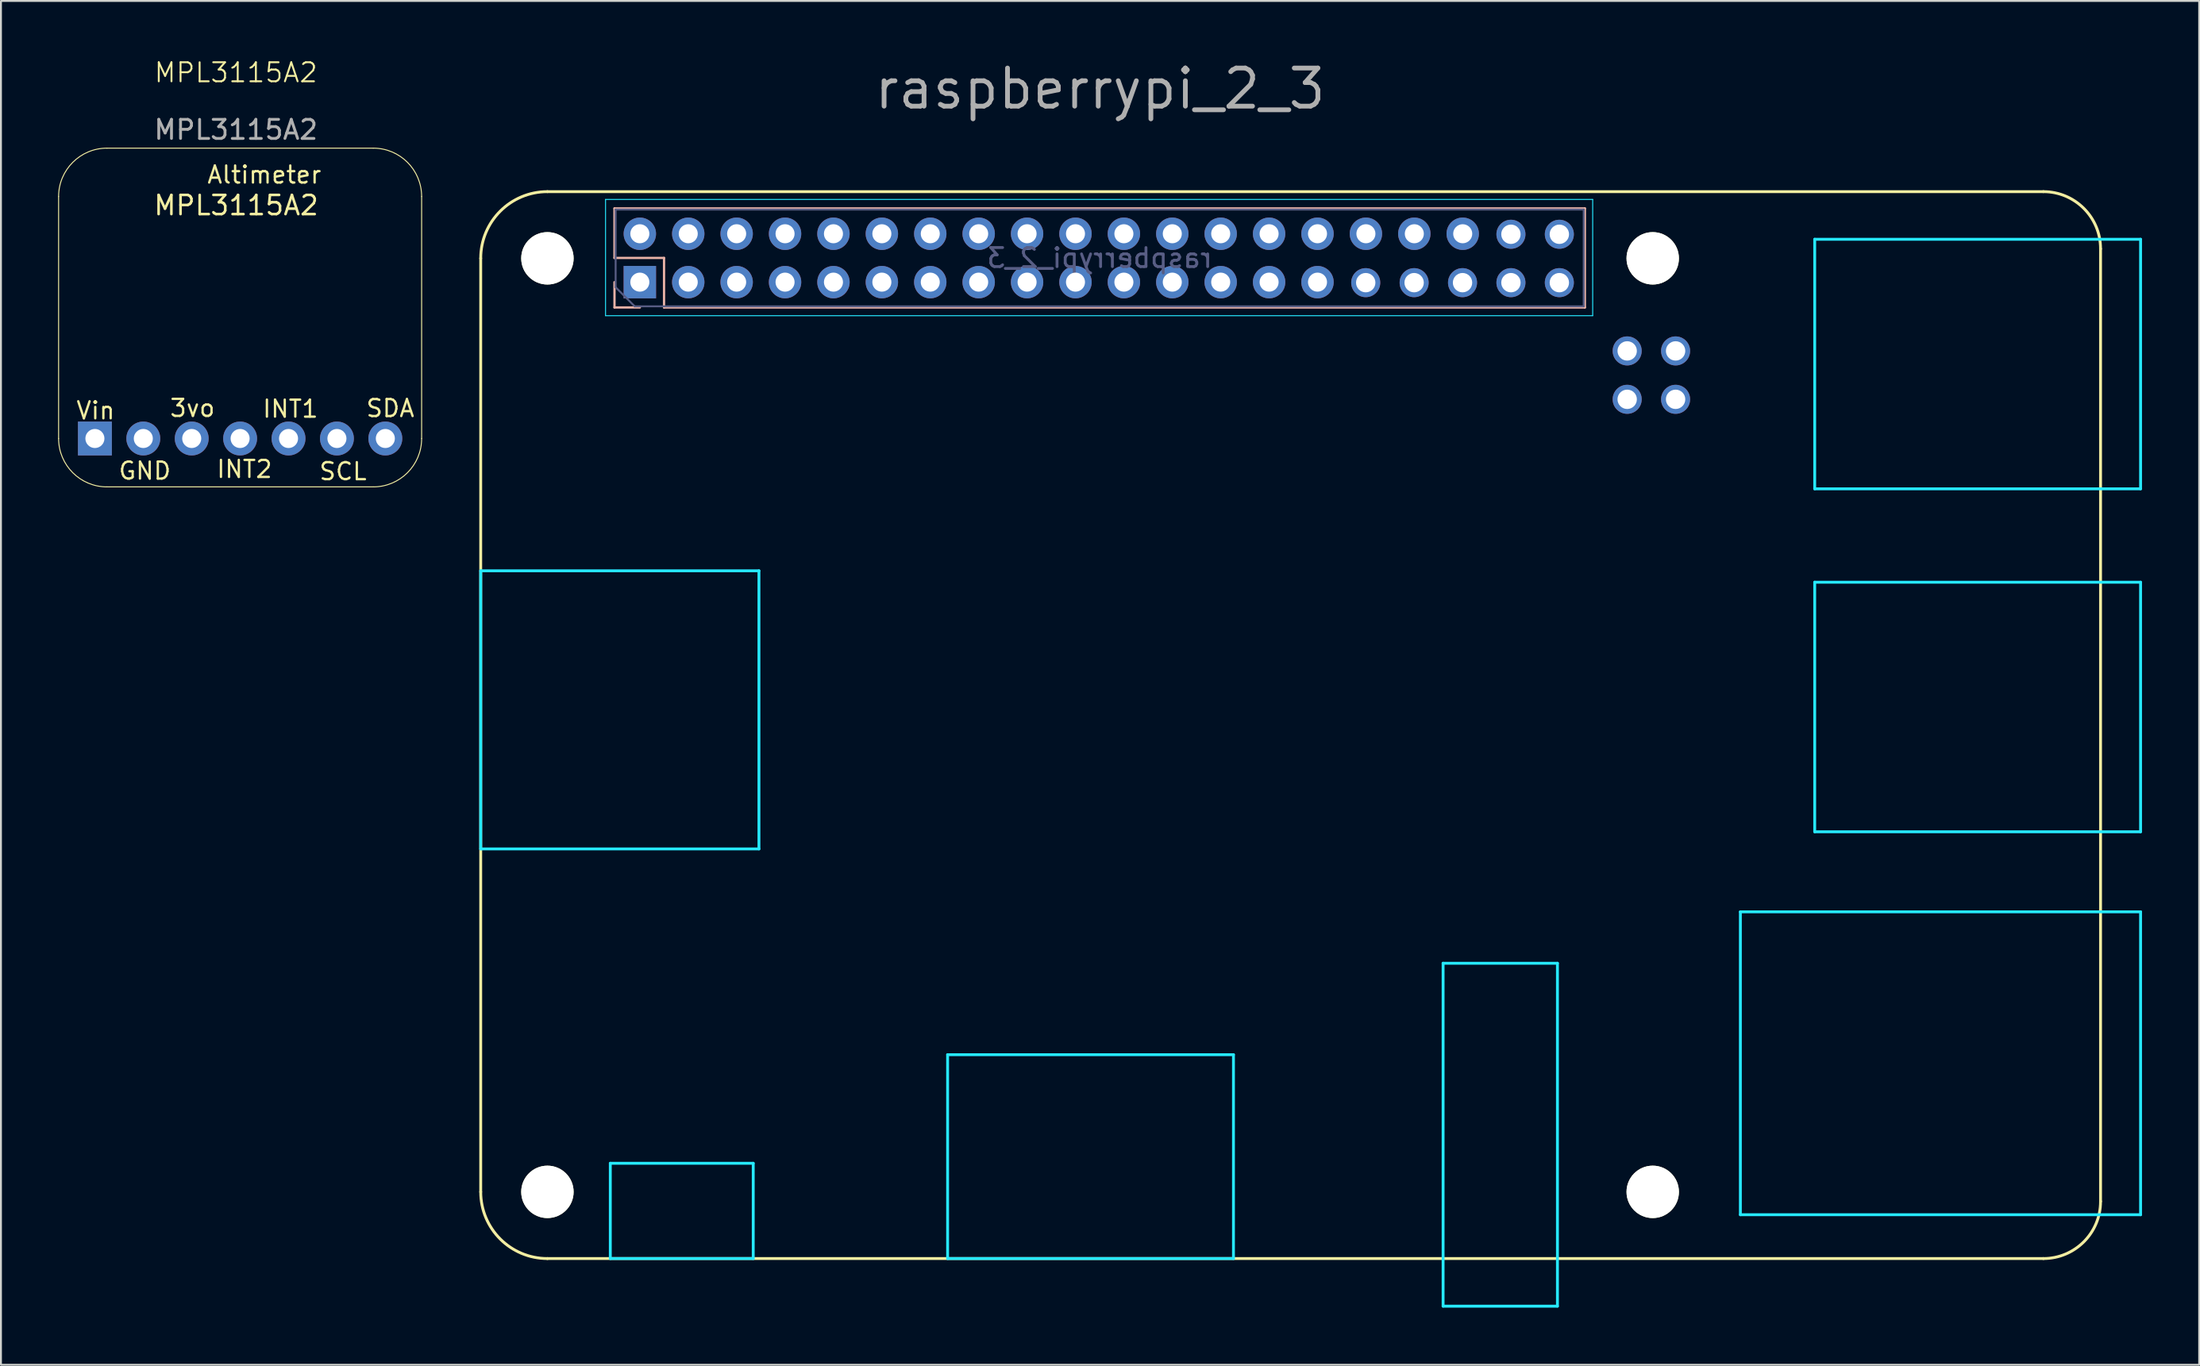
<source format=kicad_pcb>
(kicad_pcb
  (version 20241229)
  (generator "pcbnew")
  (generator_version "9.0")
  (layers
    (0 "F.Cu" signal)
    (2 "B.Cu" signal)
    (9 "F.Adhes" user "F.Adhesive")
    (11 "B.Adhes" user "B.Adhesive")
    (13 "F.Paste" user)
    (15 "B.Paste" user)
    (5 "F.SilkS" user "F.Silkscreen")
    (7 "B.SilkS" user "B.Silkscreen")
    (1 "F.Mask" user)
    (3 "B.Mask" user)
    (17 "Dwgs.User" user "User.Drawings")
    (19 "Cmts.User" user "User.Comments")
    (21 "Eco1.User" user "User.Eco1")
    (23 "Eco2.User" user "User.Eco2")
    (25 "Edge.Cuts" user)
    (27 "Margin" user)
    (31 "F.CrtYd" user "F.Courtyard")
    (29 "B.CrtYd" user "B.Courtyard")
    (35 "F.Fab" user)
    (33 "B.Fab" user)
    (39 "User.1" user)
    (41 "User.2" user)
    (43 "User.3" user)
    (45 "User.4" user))
  (footprint "raspberrypi_2_3"
    (layer "F.Cu")
    (at 54.675 10.509)
    (property "Reference" "raspberrypi_2_3" (at 0 -8.9 0) (layer "F.Fab") (effects (font (size 2 2) (thickness 0.25))))
    (attr through_hole)
    (fp_line (start -32.5 49) (end -32.5 0) (stroke (width 0.15) (type solid)) (layer "F.SilkS"))
    (fp_line (start -29 52.5) (end 49.5 52.5) (stroke (width 0.15) (type solid)) (layer "F.SilkS"))
    (fp_line (start 49.5 -3.5) (end -29 -3.5) (stroke (width 0.15) (type solid)) (layer "F.SilkS"))
    (fp_line (start 52.5 49.5) (end 52.5 -0.5) (stroke (width 0.15) (type solid)) (layer "F.SilkS"))
    (fp_arc (start -32.5 0) (mid -31.474874 -2.474874) (end -29 -3.5) (stroke (width 0.15) (type solid)) (layer "F.SilkS"))
    (fp_arc (start -29 52.5) (mid -31.474874 51.474874) (end -32.5 49) (stroke (width 0.15) (type solid)) (layer "F.SilkS"))
    (fp_arc (start 49.5 -3.5) (mid 51.62132 -2.62132) (end 52.5 -0.5) (stroke (width 0.15) (type solid)) (layer "F.SilkS"))
    (fp_arc (start 52.5 49.5) (mid 51.62132 51.62132) (end 49.5 52.5) (stroke (width 0.15) (type solid)) (layer "F.SilkS"))
    (fp_line (start -25.48 -2.62) (end -25.48 -0.02) (stroke (width 0.12) (type solid)) (layer "B.SilkS"))
    (fp_line (start -25.48 -2.62) (end 25.44 -2.62) (stroke (width 0.12) (type solid)) (layer "B.SilkS"))
    (fp_line (start -25.48 -0.02) (end -22.88 -0.02) (stroke (width 0.12) (type solid)) (layer "B.SilkS"))
    (fp_line (start -25.48 1.25) (end -25.48 2.58) (stroke (width 0.12) (type solid)) (layer "B.SilkS"))
    (fp_line (start -25.48 2.58) (end -24.15 2.58) (stroke (width 0.12) (type solid)) (layer "B.SilkS"))
    (fp_line (start -22.88 -0.02) (end -22.88 2.58) (stroke (width 0.12) (type solid)) (layer "B.SilkS"))
    (fp_line (start -22.88 2.58) (end 25.44 2.58) (stroke (width 0.12) (type solid)) (layer "B.SilkS"))
    (fp_line (start 25.44 -2.62) (end 25.44 2.58) (stroke (width 0.12) (type solid)) (layer "B.SilkS"))
    (fp_line (start -32.5 16.4) (end -32.5 31) (stroke (width 0.15) (type solid)) (layer "B.CrtYd"))
    (fp_line (start -25.95 -3.09) (end -25.95 3.01) (stroke (width 0.05) (type solid)) (layer "B.CrtYd"))
    (fp_line (start -25.95 3.01) (end 25.85 3.01) (stroke (width 0.05) (type solid)) (layer "B.CrtYd"))
    (fp_line (start -25.7 52.5) (end -25.7 47.5) (stroke (width 0.15) (type solid)) (layer "B.CrtYd"))
    (fp_line (start -18.2 47.5) (end -25.7 47.5) (stroke (width 0.15) (type solid)) (layer "B.CrtYd"))
    (fp_line (start -18.2 52.5) (end -25.7 52.5) (stroke (width 0.15) (type solid)) (layer "B.CrtYd"))
    (fp_line (start -18.2 52.5) (end -18.2 47.5) (stroke (width 0.15) (type solid)) (layer "B.CrtYd"))
    (fp_line (start -17.9 16.4) (end -32.5 16.4) (stroke (width 0.15) (type solid)) (layer "B.CrtYd"))
    (fp_line (start -17.9 16.4) (end -17.9 31) (stroke (width 0.15) (type solid)) (layer "B.CrtYd"))
    (fp_line (start -17.9 31) (end -32.5 31) (stroke (width 0.15) (type solid)) (layer "B.CrtYd"))
    (fp_line (start -8 41.8) (end -8 52.5) (stroke (width 0.15) (type solid)) (layer "B.CrtYd"))
    (fp_line (start -8 41.8) (end 7 41.8) (stroke (width 0.15) (type solid)) (layer "B.CrtYd"))
    (fp_line (start 7 52.5) (end -8 52.5) (stroke (width 0.15) (type solid)) (layer "B.CrtYd"))
    (fp_line (start 7 52.5) (end 7 41.8) (stroke (width 0.15) (type solid)) (layer "B.CrtYd"))
    (fp_line (start 18 37) (end 18 55) (stroke (width 0.15) (type solid)) (layer "B.CrtYd"))
    (fp_line (start 18 55) (end 24 55) (stroke (width 0.15) (type solid)) (layer "B.CrtYd"))
    (fp_line (start 24 37) (end 18 37) (stroke (width 0.15) (type solid)) (layer "B.CrtYd"))
    (fp_line (start 24 55) (end 24 37) (stroke (width 0.15) (type solid)) (layer "B.CrtYd"))
    (fp_line (start 25.85 -3.09) (end -25.95 -3.09) (stroke (width 0.05) (type solid)) (layer "B.CrtYd"))
    (fp_line (start 25.85 3.01) (end 25.85 -3.09) (stroke (width 0.05) (type solid)) (layer "B.CrtYd"))
    (fp_line (start 33.6 34.3) (end 54.6 34.3) (stroke (width 0.15) (type solid)) (layer "B.CrtYd"))
    (fp_line (start 33.6 50.2) (end 33.6 34.3) (stroke (width 0.15) (type solid)) (layer "B.CrtYd"))
    (fp_line (start 37.5 -1) (end 37.5 12.1) (stroke (width 0.15) (type solid)) (layer "B.CrtYd"))
    (fp_line (start 37.5 -1) (end 54.6 -1) (stroke (width 0.15) (type solid)) (layer "B.CrtYd"))
    (fp_line (start 37.5 17) (end 54.6 17) (stroke (width 0.15) (type solid)) (layer "B.CrtYd"))
    (fp_line (start 37.5 30.1) (end 37.5 17) (stroke (width 0.15) (type solid)) (layer "B.CrtYd"))
    (fp_line (start 54.6 12.1) (end 37.5 12.1) (stroke (width 0.15) (type solid)) (layer "B.CrtYd"))
    (fp_line (start 54.6 12.1) (end 54.6 -1) (stroke (width 0.15) (type solid)) (layer "B.CrtYd"))
    (fp_line (start 54.6 30.1) (end 37.5 30.1) (stroke (width 0.15) (type solid)) (layer "B.CrtYd"))
    (fp_line (start 54.6 30.1) (end 54.6 17) (stroke (width 0.15) (type solid)) (layer "B.CrtYd"))
    (fp_line (start 54.6 50.2) (end 33.6 50.2) (stroke (width 0.15) (type solid)) (layer "B.CrtYd"))
    (fp_line (start 54.6 50.2) (end 54.6 34.3) (stroke (width 0.15) (type solid)) (layer "B.CrtYd"))
    (fp_line (start -25.42 -2.56) (end -25.42 1.52) (stroke (width 0.1) (type solid)) (layer "B.Fab"))
    (fp_line (start -25.42 1.52) (end -24.42 2.52) (stroke (width 0.1) (type solid)) (layer "B.Fab"))
    (fp_line (start -24.42 2.52) (end 25.38 2.52) (stroke (width 0.1) (type solid)) (layer "B.Fab"))
    (fp_line (start 25.38 -2.56) (end -25.42 -2.56) (stroke (width 0.1) (type solid)) (layer "B.Fab"))
    (fp_line (start 25.38 2.52) (end 25.38 -2.56) (stroke (width 0.1) (type solid)) (layer "B.Fab"))
    (fp_text user "${REFERENCE}" (at -0.02 -0.02 0) (layer "B.Fab") (effects (font (size 1 1) (thickness 0.15)) (justify mirror)))
    (pad "" np_thru_hole circle (at -29 0) (size 2.75 2.75) (drill 2.75) (layers "*.Cu" "*.Mask" "F.SilkS"))
    (pad "" np_thru_hole circle (at -29 49) (size 2.75 2.75) (drill 2.75) (layers "*.Cu" "*.Mask" "F.SilkS"))
    (pad "" np_thru_hole circle (at 29 0) (size 2.75 2.75) (drill 2.75) (layers "*.Cu" "*.Mask" "F.SilkS"))
    (pad "" np_thru_hole circle (at 29 49) (size 2.75 2.75) (drill 2.75) (layers "*.Cu" "*.Mask" "F.SilkS"))
    (pad "1" thru_hole rect (at -24.15 1.25 90) (size 1.7 1.7) (drill 1) (layers "*.Cu" "*.Mask"))
    (pad "2" thru_hole oval (at -24.15 -1.29 90) (size 1.7 1.7) (drill 1) (layers "*.Cu" "*.Mask"))
    (pad "3" thru_hole oval (at -21.61 1.25 90) (size 1.7 1.7) (drill 1) (layers "*.Cu" "*.Mask"))
    (pad "4" thru_hole oval (at -21.61 -1.29 90) (size 1.7 1.7) (drill 1) (layers "*.Cu" "*.Mask"))
    (pad "5" thru_hole oval (at -19.07 1.25 90) (size 1.7 1.7) (drill 1) (layers "*.Cu" "*.Mask"))
    (pad "6" thru_hole oval (at -19.07 -1.29 90) (size 1.7 1.7) (drill 1) (layers "*.Cu" "*.Mask"))
    (pad "7" thru_hole oval (at -16.53 1.25 90) (size 1.7 1.7) (drill 1) (layers "*.Cu" "*.Mask"))
    (pad "8" thru_hole oval (at -16.53 -1.29 90) (size 1.7 1.7) (drill 1) (layers "*.Cu" "*.Mask"))
    (pad "9" thru_hole oval (at -13.99 1.25 90) (size 1.7 1.7) (drill 1) (layers "*.Cu" "*.Mask"))
    (pad "10" thru_hole oval (at -13.99 -1.29 90) (size 1.7 1.7) (drill 1) (layers "*.Cu" "*.Mask"))
    (pad "11" thru_hole oval (at -11.45 1.25 90) (size 1.7 1.7) (drill 1) (layers "*.Cu" "*.Mask"))
    (pad "12" thru_hole oval (at -11.45 -1.29 90) (size 1.7 1.7) (drill 1) (layers "*.Cu" "*.Mask"))
    (pad "13" thru_hole oval (at -8.91 1.25 90) (size 1.7 1.7) (drill 1) (layers "*.Cu" "*.Mask"))
    (pad "14" thru_hole oval (at -8.91 -1.29 90) (size 1.7 1.7) (drill 1) (layers "*.Cu" "*.Mask"))
    (pad "15" thru_hole oval (at -6.37 1.25 90) (size 1.7 1.7) (drill 1) (layers "*.Cu" "*.Mask"))
    (pad "16" thru_hole oval (at -6.37 -1.29 90) (size 1.7 1.7) (drill 1) (layers "*.Cu" "*.Mask"))
    (pad "17" thru_hole oval (at -3.83 1.25 90) (size 1.7 1.7) (drill 1) (layers "*.Cu" "*.Mask"))
    (pad "18" thru_hole oval (at -3.83 -1.29 90) (size 1.7 1.7) (drill 1) (layers "*.Cu" "*.Mask"))
    (pad "19" thru_hole oval (at -1.29 1.25 90) (size 1.7 1.7) (drill 1) (layers "*.Cu" "*.Mask"))
    (pad "20" thru_hole oval (at -1.29 -1.29 90) (size 1.7 1.7) (drill 1) (layers "*.Cu" "*.Mask"))
    (pad "21" thru_hole oval (at 1.25 1.25 90) (size 1.7 1.7) (drill 1) (layers "*.Cu" "*.Mask"))
    (pad "22" thru_hole oval (at 1.25 -1.29 90) (size 1.7 1.7) (drill 1) (layers "*.Cu" "*.Mask"))
    (pad "23" thru_hole oval (at 3.79 1.25 90) (size 1.7 1.7) (drill 1) (layers "*.Cu" "*.Mask"))
    (pad "24" thru_hole oval (at 3.79 -1.29 90) (size 1.7 1.7) (drill 1) (layers "*.Cu" "*.Mask"))
    (pad "25" thru_hole oval (at 6.33 1.25 90) (size 1.7 1.7) (drill 1) (layers "*.Cu" "*.Mask"))
    (pad "26" thru_hole oval (at 6.33 -1.29 90) (size 1.7 1.7) (drill 1) (layers "*.Cu" "*.Mask"))
    (pad "27" thru_hole oval (at 8.87 1.25 90) (size 1.7 1.7) (drill 1) (layers "*.Cu" "*.Mask"))
    (pad "28" thru_hole oval (at 8.87 -1.29 90) (size 1.7 1.7) (drill 1) (layers "*.Cu" "*.Mask"))
    (pad "29" thru_hole oval (at 11.41 1.25 90) (size 1.7 1.7) (drill 1) (layers "*.Cu" "*.Mask"))
    (pad "30" thru_hole oval (at 11.41 -1.29 90) (size 1.7 1.7) (drill 1) (layers "*.Cu" "*.Mask"))
    (pad "31" thru_hole circle (at 13.94 1.277) (size 1.524 1.524) (drill 1.016) (layers "*.Cu" "*.Mask"))
    (pad "32" thru_hole oval (at 13.95 -1.29 90) (size 1.7 1.7) (drill 1) (layers "*.Cu" "*.Mask"))
    (pad "33" thru_hole circle (at 16.48 1.277) (size 1.524 1.524) (drill 1.016) (layers "*.Cu" "*.Mask"))
    (pad "34" thru_hole oval (at 16.49 -1.29 90) (size 1.7 1.7) (drill 1) (layers "*.Cu" "*.Mask"))
    (pad "35" thru_hole circle (at 19.02 1.277) (size 1.524 1.524) (drill 1.016) (layers "*.Cu" "*.Mask"))
    (pad "36" thru_hole oval (at 19.03 -1.29 90) (size 1.7 1.7) (drill 1) (layers "*.Cu" "*.Mask"))
    (pad "37" thru_hole circle (at 21.56 1.277) (size 1.524 1.524) (drill 1.016) (layers "*.Cu" "*.Mask"))
    (pad "38" thru_hole circle (at 21.56 -1.263) (size 1.524 1.524) (drill 1.016) (layers "*.Cu" "*.Mask"))
    (pad "39" thru_hole circle (at 24.1 1.277) (size 1.524 1.524) (drill 1.016) (layers "*.Cu" "*.Mask"))
    (pad "40" thru_hole circle (at 24.1 -1.263) (size 1.524 1.524) (drill 1.016) (layers "*.Cu" "*.Mask"))
    (pad "41" thru_hole circle (at 30.2 7.4) (size 1.524 1.524) (drill 1.016) (layers "*.Cu" "*.Mask"))
    (pad "42" thru_hole circle (at 30.2 4.86) (size 1.524 1.524) (drill 1.016) (layers "*.Cu" "*.Mask"))
    (pad "43" thru_hole circle (at 27.66 7.4) (size 1.524 1.524) (drill 1.016) (layers "*.Cu" "*.Mask"))
    (pad "44" thru_hole circle (at 27.66 4.86) (size 1.524 1.524) (drill 1.016) (layers "*.Cu" "*.Mask")))
  (footprint "MPL3115A2"
    (layer "F.Cu")
    (at 9.329 1.26)
    (property "Reference" "MPL3115A2" (at 0 -0.5 0) (unlocked yes) (layer "F.SilkS") (effects (font (size 1 1) (thickness 0.1))))
    (attr smd)
    (fp_line (start -9.304 18.706) (end -9.304 6.006) (stroke (width 0.05) (type solid)) (layer "F.SilkS"))
    (fp_line (start -6.764 3.466) (end 7.206 3.466) (stroke (width 0.05) (type solid)) (layer "F.SilkS"))
    (fp_line (start 7.206 21.246) (end -6.764 21.246) (stroke (width 0.05) (type solid)) (layer "F.SilkS"))
    (fp_line (start 9.746 6.006) (end 9.746 18.706) (stroke (width 0.05) (type solid)) (layer "F.SilkS"))
    (fp_arc (start -9.304 6.006) (mid -8.560051 4.209949) (end -6.764 3.466) (stroke (width 0.05) (type solid)) (layer "F.SilkS"))
    (fp_arc (start -6.764 21.246) (mid -8.560051 20.502051) (end -9.304 18.706) (stroke (width 0.05) (type solid)) (layer "F.SilkS"))
    (fp_arc (start 7.206 3.466) (mid 9.002051 4.209949) (end 9.746 6.006) (stroke (width 0.05) (type solid)) (layer "F.SilkS"))
    (fp_arc (start 9.746 18.706) (mid 9.002051 20.502051) (end 7.206 21.246) (stroke (width 0.05) (type solid)) (layer "F.SilkS"))
    (fp_text user "GND" (at -4.779 20.402 0) (unlocked yes) (layer "F.SilkS") (effects (font (size 0.894 0.894) (thickness 0.122))))
    (fp_text user "INT2" (at 0.45 20.315 0) (unlocked yes) (layer "F.SilkS") (effects (font (size 0.894 0.894) (thickness 0.122))))
    (fp_text user "SDA" (at 8.101 17.12 0) (unlocked yes) (layer "F.SilkS") (effects (font (size 0.894 0.894) (thickness 0.122))))
    (fp_text user "Vin" (at -7.359 17.238 0) (unlocked yes) (layer "F.SilkS") (effects (font (size 0.894 0.894) (thickness 0.122))))
    (fp_text user "INT1" (at 2.861 17.151 0) (unlocked yes) (layer "F.SilkS") (effects (font (size 0.894 0.894) (thickness 0.122))))
    (fp_text user "3vo" (at -2.279 17.111 0) (unlocked yes) (layer "F.SilkS") (effects (font (size 0.894 0.894) (thickness 0.122))))
    (fp_text user "MPL3115A2" (at -4.386 7.057 0) (unlocked yes) (layer "F.SilkS") (effects (font (size 1.006 1.006) (thickness 0.137)) (justify left bottom)))
    (fp_text user "SCL" (at 5.621 20.433 0) (unlocked yes) (layer "F.SilkS") (effects (font (size 0.894 0.894) (thickness 0.122))))
    (fp_text user "Altimeter" (at 1.491 4.863 0) (unlocked yes) (layer "F.SilkS") (effects (font (size 0.894 0.894) (thickness 0.122))))
    (fp_text user "${REFERENCE}" (at 0 2.5 0) (unlocked yes) (layer "F.Fab") (effects (font (size 1 1) (thickness 0.15))))
    (pad "1" thru_hole rect (at -7.399 18.706 90) (size 1.778 1.778) (drill 1) (layers "*.Cu" "*.Mask"))
    (pad "2" thru_hole circle (at -4.859 18.706 90) (size 1.778 1.778) (drill 1) (layers "*.Cu" "*.Mask"))
    (pad "3" thru_hole circle (at -2.319 18.706 90) (size 1.778 1.778) (drill 1) (layers "*.Cu" "*.Mask"))
    (pad "4" thru_hole circle (at 0.221 18.706 90) (size 1.778 1.778) (drill 1) (layers "*.Cu" "*.Mask"))
    (pad "5" thru_hole circle (at 2.761 18.706 90) (size 1.778 1.778) (drill 1) (layers "*.Cu" "*.Mask"))
    (pad "6" thru_hole circle (at 5.301 18.706 90) (size 1.778 1.778) (drill 1) (layers "*.Cu" "*.Mask"))
    (pad "7" thru_hole circle (at 7.841 18.706 90) (size 1.778 1.778) (drill 1) (layers "*.Cu" "*.Mask")))
  (gr_rect
    (start -3 -3)
    (end 112.35 68.584)
    (stroke (width 0.1) (type default))
    (fill no)
    (layer "Edge.Cuts")))
</source>
